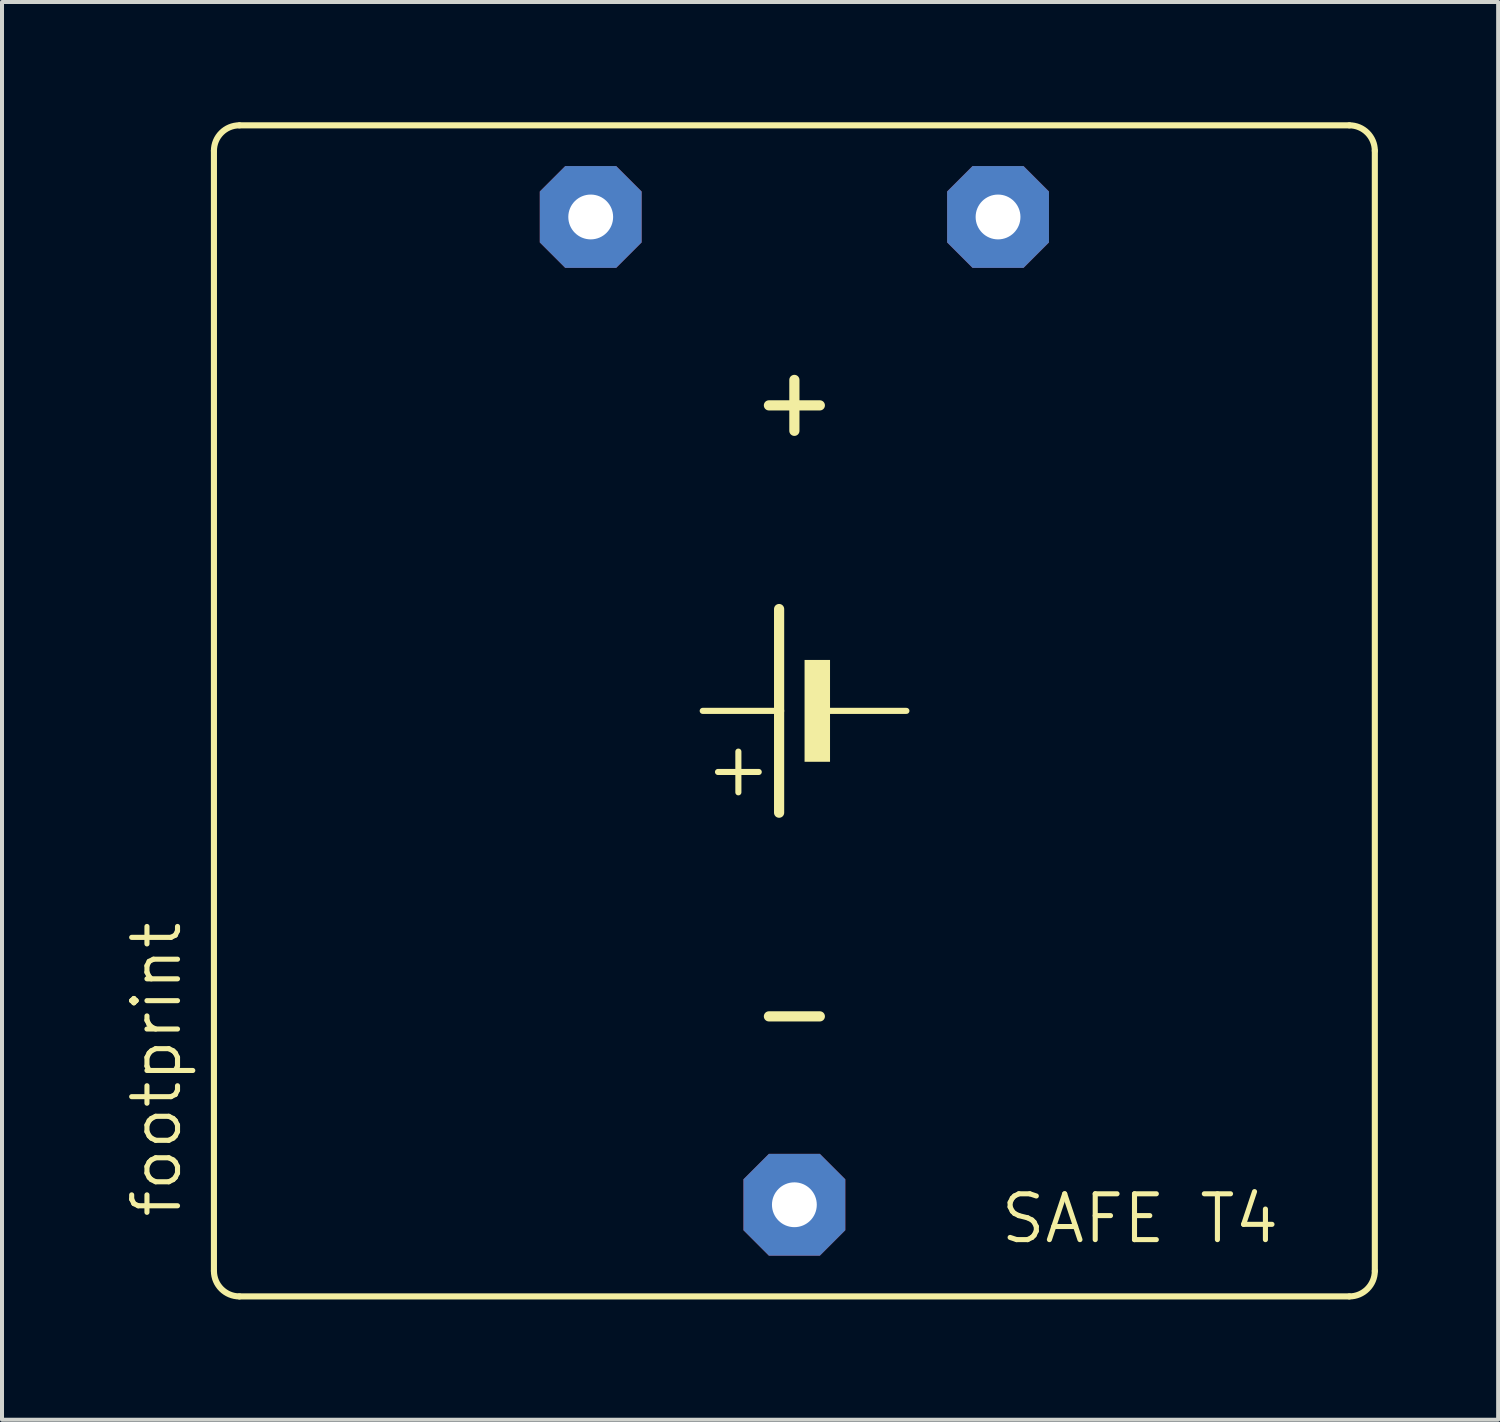
<source format=kicad_pcb>
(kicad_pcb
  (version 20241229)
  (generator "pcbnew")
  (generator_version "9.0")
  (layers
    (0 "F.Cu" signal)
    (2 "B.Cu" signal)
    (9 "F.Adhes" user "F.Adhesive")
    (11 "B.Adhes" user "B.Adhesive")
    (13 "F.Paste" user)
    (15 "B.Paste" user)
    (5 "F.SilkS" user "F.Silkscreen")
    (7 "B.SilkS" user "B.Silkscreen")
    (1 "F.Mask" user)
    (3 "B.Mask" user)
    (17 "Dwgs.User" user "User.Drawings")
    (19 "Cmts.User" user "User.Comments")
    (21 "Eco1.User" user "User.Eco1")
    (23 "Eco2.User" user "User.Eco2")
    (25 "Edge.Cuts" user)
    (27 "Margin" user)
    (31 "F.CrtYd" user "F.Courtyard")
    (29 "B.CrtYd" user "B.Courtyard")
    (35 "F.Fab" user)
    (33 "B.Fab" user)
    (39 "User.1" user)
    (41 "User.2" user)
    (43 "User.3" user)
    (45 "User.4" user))
  (footprint "footprint"
    (layer "F.Cu")
    (at 16.764 14.681)
    (property "Reference" "footprint" (at -15.24 12.7 90) (layer "F.SilkS") (effects (font (size 1.143 1.143) (thickness 0.127)) (justify left bottom)))
    (fp_line (start -14.478 13.97) (end -14.478 -13.97) (stroke (width 0.152) (type solid)) (layer "F.SilkS"))
    (fp_line (start -13.843 -14.605) (end 13.843 -14.605) (stroke (width 0.152) (type solid)) (layer "F.SilkS"))
    (fp_line (start -13.843 14.605) (end 13.843 14.605) (stroke (width 0.152) (type solid)) (layer "F.SilkS"))
    (fp_line (start -1.397 2.032) (end -1.397 1.016) (stroke (width 0.152) (type solid)) (layer "F.SilkS"))
    (fp_line (start -0.889 1.524) (end -1.905 1.524) (stroke (width 0.152) (type solid)) (layer "F.SilkS"))
    (fp_line (start -0.635 -7.62) (end 0.635 -7.62) (stroke (width 0.254) (type solid)) (layer "F.SilkS"))
    (fp_line (start -0.635 7.62) (end 0.635 7.62) (stroke (width 0.254) (type solid)) (layer "F.SilkS"))
    (fp_line (start -0.381 0) (end -2.286 0) (stroke (width 0.152) (type solid)) (layer "F.SilkS"))
    (fp_line (start -0.381 0) (end -0.381 -2.54) (stroke (width 0.254) (type solid)) (layer "F.SilkS"))
    (fp_line (start -0.381 2.54) (end -0.381 0) (stroke (width 0.254) (type solid)) (layer "F.SilkS"))
    (fp_line (start 0 -8.255) (end 0 -6.985) (stroke (width 0.254) (type solid)) (layer "F.SilkS"))
    (fp_line (start 2.794 0) (end 0.889 0) (stroke (width 0.152) (type solid)) (layer "F.SilkS"))
    (fp_line (start 14.478 -13.97) (end 14.478 13.97) (stroke (width 0.152) (type solid)) (layer "F.SilkS"))
    (fp_arc (start -14.478 -13.97) (mid -14.292013 -14.419013) (end -13.843 -14.605) (stroke (width 0.1524) (type solid)) (layer "F.SilkS"))
    (fp_arc (start -13.843 14.605) (mid -14.292013 14.419013) (end -14.478 13.97) (stroke (width 0.1524) (type solid)) (layer "F.SilkS"))
    (fp_arc (start 13.843 -14.605) (mid 14.292013 -14.419013) (end 14.478 -13.97) (stroke (width 0.1524) (type solid)) (layer "F.SilkS"))
    (fp_arc (start 14.478 13.97) (mid 14.292013 14.419013) (end 13.843 14.605) (stroke (width 0.1524) (type solid)) (layer "F.SilkS"))
    (fp_poly (pts (xy 0.254 1.27) (xy 0.889 1.27) (xy 0.889 -1.27) (xy 0.254 -1.27)) (stroke (width 0) (type solid)) (fill yes) (layer "F.SilkS"))
    (fp_text user "SAFE T4" (at 5.08 13.335 0) (layer "F.SilkS") (effects (font (size 1.143 1.143) (thickness 0.127)) (justify left bottom)))
    (pad "+" thru_hole roundrect (at 5.08 -12.319) (size 2.54 2.54) (drill 1.118) (layers "*.Cu" "*.Mask") (roundrect_rratio 0.25) (chamfer_ratio 0.25) (chamfer top_left top_right bottom_left bottom_right))
    (pad "+@1" thru_hole roundrect (at -5.08 -12.319) (size 2.54 2.54) (drill 1.118) (layers "*.Cu" "*.Mask") (roundrect_rratio 0.25) (chamfer_ratio 0.25) (chamfer top_left top_right bottom_left bottom_right))
    (pad "-" thru_hole roundrect (at 0 12.319) (size 2.54 2.54) (drill 1.118) (layers "*.Cu" "*.Mask") (roundrect_rratio 0.25) (chamfer_ratio 0.25) (chamfer top_left top_right bottom_left bottom_right)))
  (gr_rect
    (start -3 -3)
    (end 34.318 32.362)
    (stroke (width 0.1) (type default))
    (fill no)
    (layer "Edge.Cuts")))
</source>
